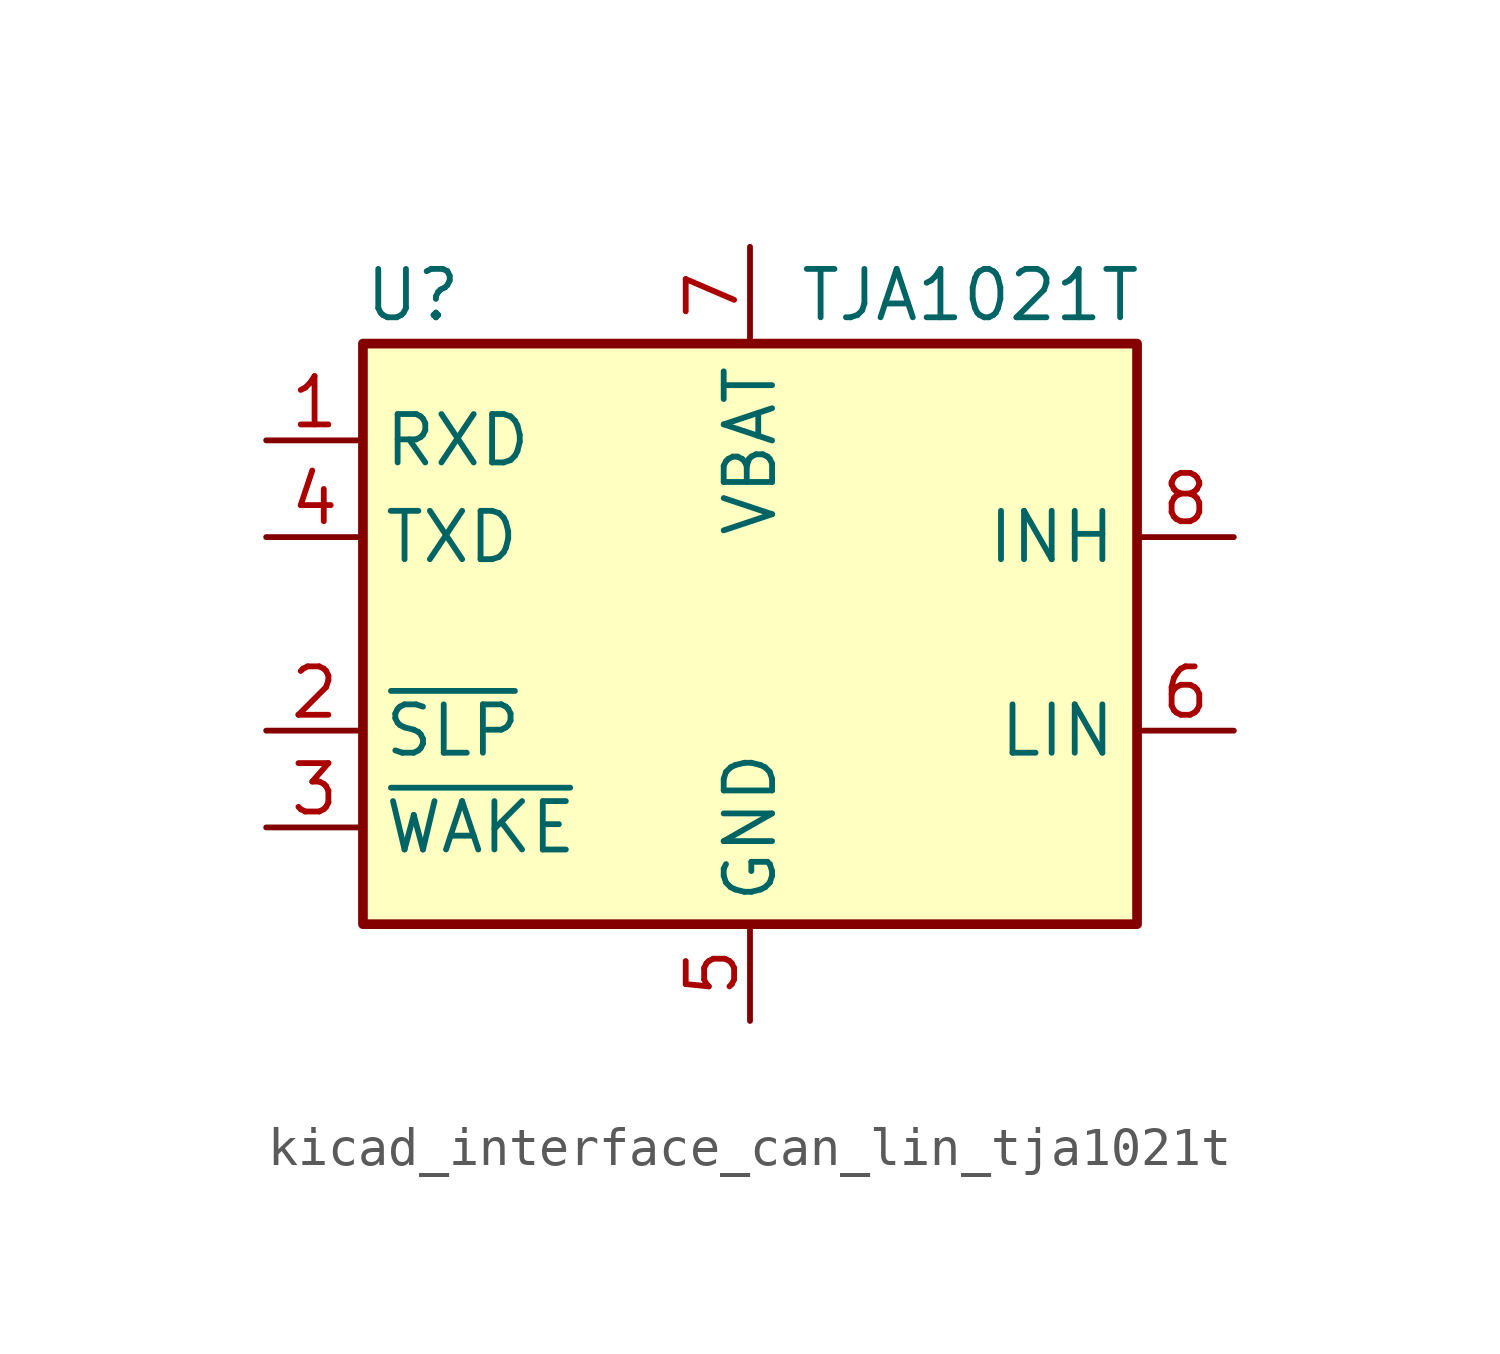
<source format=kicad_sym>
(kicad_symbol_lib
  (version 20220914)
  (generator kicad_symbol_editor)
  (symbol "kicad_interface_can_lin_tja1021t"
    (property "Reference" "U"
      (at -10.16 8.89 0)
      (effects (font (size 1.27 1.27)) (justify left)))
    (property "Value" "TJA1021T"
      (at 1.27 8.89 0)
      (effects (font (size 1.27 1.27)) (justify left)))
    (symbol "kicad_interface_can_lin_tja1021t_0_1"
      (rectangle (start -10.16 7.62) (end 10.16 -7.62) (stroke (width 0.254) (type default)) (fill (type background))))
    (symbol "kicad_interface_can_lin_tja1021t_1_1"
      (pin open_collector line (at -12.7 5.08 0) (length 2.54) (name "RXD" (effects (font (size 1.27 1.27)))) (number "1" (effects (font (size 1.27 1.27)))))
      (pin input line (at -12.7 -2.54 0) (length 2.54) (name "~{SLP}" (effects (font (size 1.27 1.27)))) (number "2" (effects (font (size 1.27 1.27)))))
      (pin input line (at -12.7 -5.08 0) (length 2.54) (name "~{WAKE}" (effects (font (size 1.27 1.27)))) (number "3" (effects (font (size 1.27 1.27)))))
      (pin input line (at -12.7 2.54 0) (length 2.54) (name "TXD" (effects (font (size 1.27 1.27)))) (number "4" (effects (font (size 1.27 1.27)))))
      (pin power_in line (at 0 -10.16 90) (length 2.54) (name "GND" (effects (font (size 1.27 1.27)))) (number "5" (effects (font (size 1.27 1.27)))))
      (pin bidirectional line (at 12.7 -2.54 180) (length 2.54) (name "LIN" (effects (font (size 1.27 1.27)))) (number "6" (effects (font (size 1.27 1.27)))))
      (pin power_in line (at 0 10.16 270) (length 2.54) (name "VBAT" (effects (font (size 1.27 1.27)))) (number "7" (effects (font (size 1.27 1.27)))))
      (pin output line (at 12.7 2.54 180) (length 2.54) (name "INH" (effects (font (size 1.27 1.27)))) (number "8" (effects (font (size 1.27 1.27))))))))
</source>
